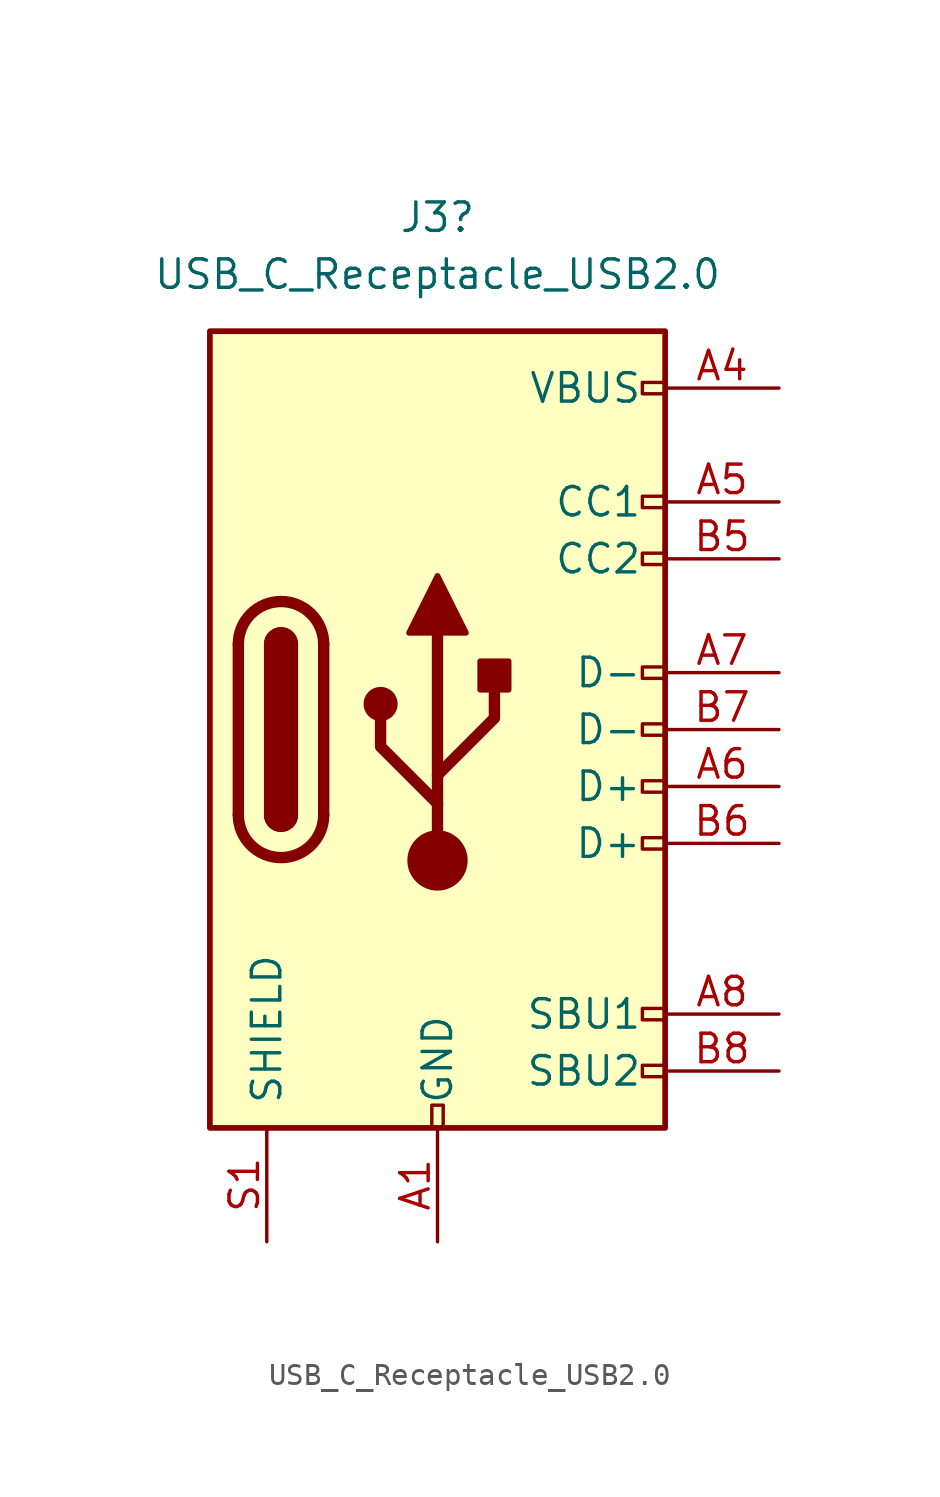
<source format=kicad_sym>
(kicad_symbol_lib
  (version 20241209)
  (generator "kicad_symbol_editor")
  (generator_version "9.0")
  (symbol "USB_C_Receptacle_USB2.0"
    (pin_names
      (offset 1.016))
    (property "Reference" "J3"
      (at 0 22.86 0)
      (effects (font (size 1.27 1.27))))
    (property "Value" "USB_C_Receptacle_USB2.0"
      (at 0 20.32 0)
      (effects (font (size 1.27 1.27))))
    (property "Description" ""
      (at 0 0 0)
      (effects (font (size 1.27 1.27))))
    (symbol "USB_C_Receptacle_USB2.0_0_0"
      (rectangle (start -0.254 -17.78) (end 0.254 -16.764) (stroke (width 0) (type default)) (fill (type none)))
      (rectangle (start 10.16 15.494) (end 9.144 14.986) (stroke (width 0) (type default)) (fill (type none)))
      (rectangle (start 10.16 10.414) (end 9.144 9.906) (stroke (width 0) (type default)) (fill (type none)))
      (rectangle (start 10.16 7.874) (end 9.144 7.366) (stroke (width 0) (type default)) (fill (type none)))
      (rectangle (start 10.16 2.794) (end 9.144 2.286) (stroke (width 0) (type default)) (fill (type none)))
      (rectangle (start 10.16 0.254) (end 9.144 -0.254) (stroke (width 0) (type default)) (fill (type none)))
      (rectangle (start 10.16 -2.286) (end 9.144 -2.794) (stroke (width 0) (type default)) (fill (type none)))
      (rectangle (start 10.16 -4.826) (end 9.144 -5.334) (stroke (width 0) (type default)) (fill (type none)))
      (rectangle (start 10.16 -12.446) (end 9.144 -12.954) (stroke (width 0) (type default)) (fill (type none)))
      (rectangle (start 10.16 -14.986) (end 9.144 -15.494) (stroke (width 0) (type default)) (fill (type none))))
    (symbol "USB_C_Receptacle_USB2.0_0_1"
      (rectangle (start -10.16 17.78) (end 10.16 -17.78) (stroke (width 0.254) (type default)) (fill (type background)))
      (polyline (pts (xy -8.89 -3.81) (xy -8.89 3.81)) (stroke (width 0.508) (type default)) (fill (type none)))
      (rectangle (start -7.62 -3.81) (end -6.35 3.81) (stroke (width 0.254) (type default)) (fill (type outline)))
      (arc (start -7.62 3.81) (mid -6.985 4.4423) (end -6.35 3.81) (stroke (width 0.254) (type default)) (fill (type none)))
      (arc (start -7.62 3.81) (mid -6.985 4.4423) (end -6.35 3.81) (stroke (width 0.254) (type default)) (fill (type outline)))
      (arc (start -8.89 3.81) (mid -6.985 5.7067) (end -5.08 3.81) (stroke (width 0.508) (type default)) (fill (type none)))
      (arc (start -5.08 -3.81) (mid -6.985 -5.7067) (end -8.89 -3.81) (stroke (width 0.508) (type default)) (fill (type none)))
      (arc (start -6.35 -3.81) (mid -6.985 -4.4423) (end -7.62 -3.81) (stroke (width 0.254) (type default)) (fill (type none)))
      (arc (start -6.35 -3.81) (mid -6.985 -4.4423) (end -7.62 -3.81) (stroke (width 0.254) (type default)) (fill (type outline)))
      (polyline (pts (xy -5.08 3.81) (xy -5.08 -3.81)) (stroke (width 0.508) (type default)) (fill (type none)))
      (circle (center -2.54 1.143) (radius 0.635) (stroke (width 0.254) (type default)) (fill (type outline)))
      (polyline (pts (xy -1.27 4.318) (xy 0 6.858) (xy 1.27 4.318) (xy -1.27 4.318)) (stroke (width 0.254) (type default)) (fill (type outline)))
      (polyline (pts (xy 0 -2.032) (xy 2.54 0.508) (xy 2.54 1.778)) (stroke (width 0.508) (type default)) (fill (type none)))
      (polyline (pts (xy 0 -3.302) (xy -2.54 -0.762) (xy -2.54 0.508)) (stroke (width 0.508) (type default)) (fill (type none)))
      (polyline (pts (xy 0 -5.842) (xy 0 4.318)) (stroke (width 0.508) (type default)) (fill (type none)))
      (circle (center 0 -5.842) (radius 1.27) (stroke (width 0) (type default)) (fill (type outline)))
      (rectangle (start 1.905 1.778) (end 3.175 3.048) (stroke (width 0.254) (type default)) (fill (type outline))))
    (symbol "USB_C_Receptacle_USB2.0_1_1"
      (pin passive line (at -7.62 -22.86 90) (length 5.08) (name "SHIELD" (effects (font (size 1.27 1.27)))) (number "S1" (effects (font (size 1.27 1.27)))))
      (pin passive line (at 0 -22.86 90) (length 5.08) (name "GND" (effects (font (size 1.27 1.27)))) (number "A1" (effects (font (size 1.27 1.27)))))
      (pin passive line (at 0 -22.86 90) (length 5.08) (hide yes) (name "GND" (effects (font (size 1.27 1.27)))) (number "A12" (effects (font (size 1.27 1.27)))))
      (pin passive line (at 0 -22.86 90) (length 5.08) (hide yes) (name "GND" (effects (font (size 1.27 1.27)))) (number "B1" (effects (font (size 1.27 1.27)))))
      (pin passive line (at 0 -22.86 90) (length 5.08) (hide yes) (name "GND" (effects (font (size 1.27 1.27)))) (number "B12" (effects (font (size 1.27 1.27)))))
      (pin passive line (at 15.24 15.24 180) (length 5.08) (name "VBUS" (effects (font (size 1.27 1.27)))) (number "A4" (effects (font (size 1.27 1.27)))))
      (pin passive line (at 15.24 15.24 180) (length 5.08) (hide yes) (name "VBUS" (effects (font (size 1.27 1.27)))) (number "A9" (effects (font (size 1.27 1.27)))))
      (pin passive line (at 15.24 15.24 180) (length 5.08) (hide yes) (name "VBUS" (effects (font (size 1.27 1.27)))) (number "B4" (effects (font (size 1.27 1.27)))))
      (pin passive line (at 15.24 15.24 180) (length 5.08) (hide yes) (name "VBUS" (effects (font (size 1.27 1.27)))) (number "B9" (effects (font (size 1.27 1.27)))))
      (pin bidirectional line (at 15.24 10.16 180) (length 5.08) (name "CC1" (effects (font (size 1.27 1.27)))) (number "A5" (effects (font (size 1.27 1.27)))))
      (pin bidirectional line (at 15.24 7.62 180) (length 5.08) (name "CC2" (effects (font (size 1.27 1.27)))) (number "B5" (effects (font (size 1.27 1.27)))))
      (pin bidirectional line (at 15.24 2.54 180) (length 5.08) (name "D-" (effects (font (size 1.27 1.27)))) (number "A7" (effects (font (size 1.27 1.27)))))
      (pin bidirectional line (at 15.24 0 180) (length 5.08) (name "D-" (effects (font (size 1.27 1.27)))) (number "B7" (effects (font (size 1.27 1.27)))))
      (pin bidirectional line (at 15.24 -2.54 180) (length 5.08) (name "D+" (effects (font (size 1.27 1.27)))) (number "A6" (effects (font (size 1.27 1.27)))))
      (pin bidirectional line (at 15.24 -5.08 180) (length 5.08) (name "D+" (effects (font (size 1.27 1.27)))) (number "B6" (effects (font (size 1.27 1.27)))))
      (pin bidirectional line (at 15.24 -12.7 180) (length 5.08) (name "SBU1" (effects (font (size 1.27 1.27)))) (number "A8" (effects (font (size 1.27 1.27)))))
      (pin bidirectional line (at 15.24 -15.24 180) (length 5.08) (name "SBU2" (effects (font (size 1.27 1.27)))) (number "B8" (effects (font (size 1.27 1.27))))))))
</source>
